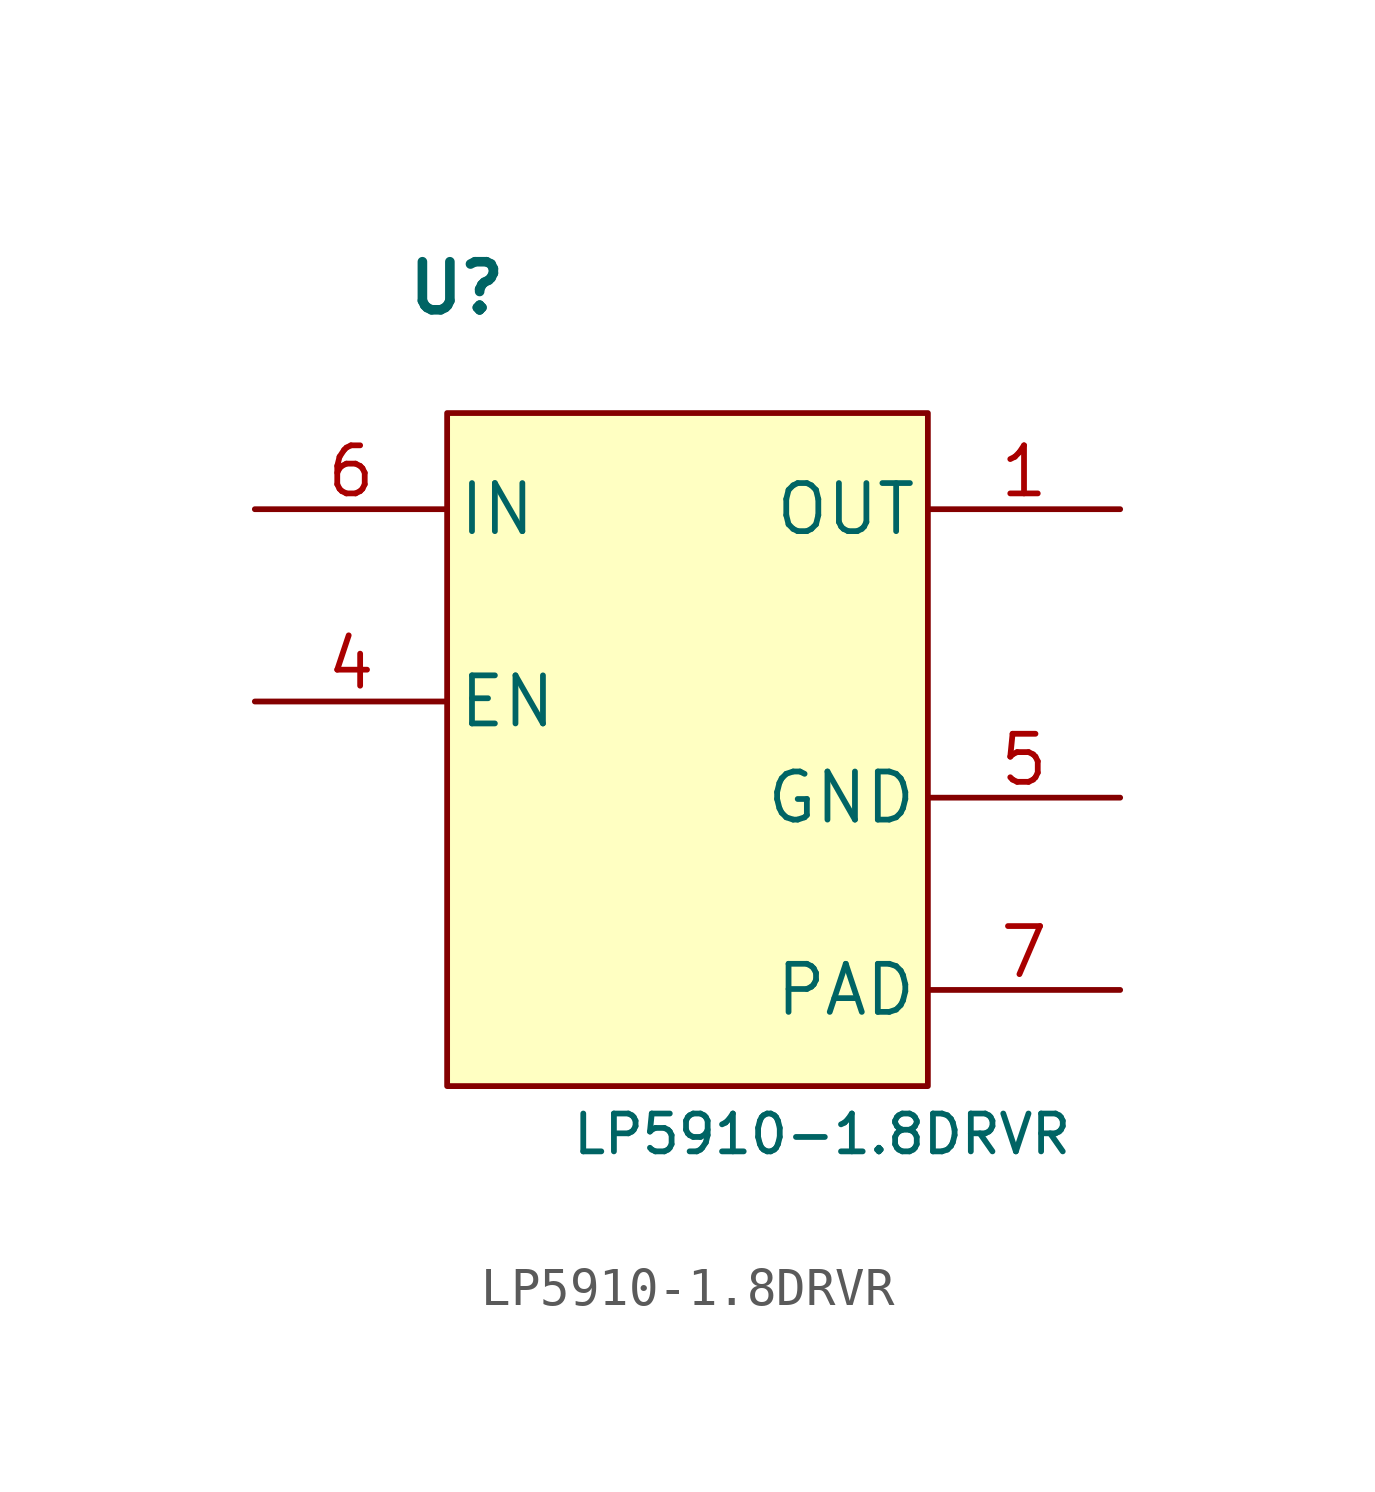
<source format=kicad_sym>
(kicad_symbol_lib
  (version 20241209)
  (generator "kicad_symbol_editor")
  (generator_version "9.0")
  (symbol "LP5910-1.8DRVR"
    (pin_names
      (offset 0.254))
    (property "Reference" "U"
      (at -9.906 10.922 0)
      (effects (font (size 1.27 1.27) (thickness 0.254) (bold yes))))
    (property "Value" "LP5910-1.8DRVR"
      (at -0.254 -11.43 0)
      (effects (font (size 1 1))))
    (symbol "LP5910-1.8DRVR_0_1"
      (pin power_in line (at -15.24 5.08 0) (length 5.08) (name "IN" (effects (font (size 1.27 1.27)))) (number "6" (effects (font (size 1.27 1.27)))))
      (pin input line (at -15.24 0 0) (length 5.08) (name "EN" (effects (font (size 1.27 1.27)))) (number "4" (effects (font (size 1.27 1.27)))))
      (pin power_in line (at 7.62 5.08 180) (length 5.08) (name "OUT" (effects (font (size 1.27 1.27)))) (number "1" (effects (font (size 1.27 1.27))))))
    (symbol "LP5910-1.8DRVR_1_1"
      (rectangle (start -10.16 7.62) (end 2.54 -10.16) (stroke (width 0) (type solid)) (fill (type background)))
      (pin no_connect line (at -15.24 -5.08 0) (length 5.08) (hide yes) (name "NC" (effects (font (size 1.27 1.27)))) (number "2" (effects (font (size 1.27 1.27)))))
      (pin no_connect line (at -15.24 -7.62 0) (length 5.08) (hide yes) (name "NC" (effects (font (size 1.27 1.27)))) (number "3" (effects (font (size 1.27 1.27)))))
      (pin power_in line (at 7.62 -2.54 180) (length 5.08) (name "GND" (effects (font (size 1.27 1.27)))) (number "5" (effects (font (size 1.27 1.27)))))
      (pin power_in line (at 7.62 -7.62 180) (length 5.08) (name "PAD" (effects (font (size 1.27 1.27)))) (number "7" (effects (font (size 1.27 1.27))))))))
</source>
